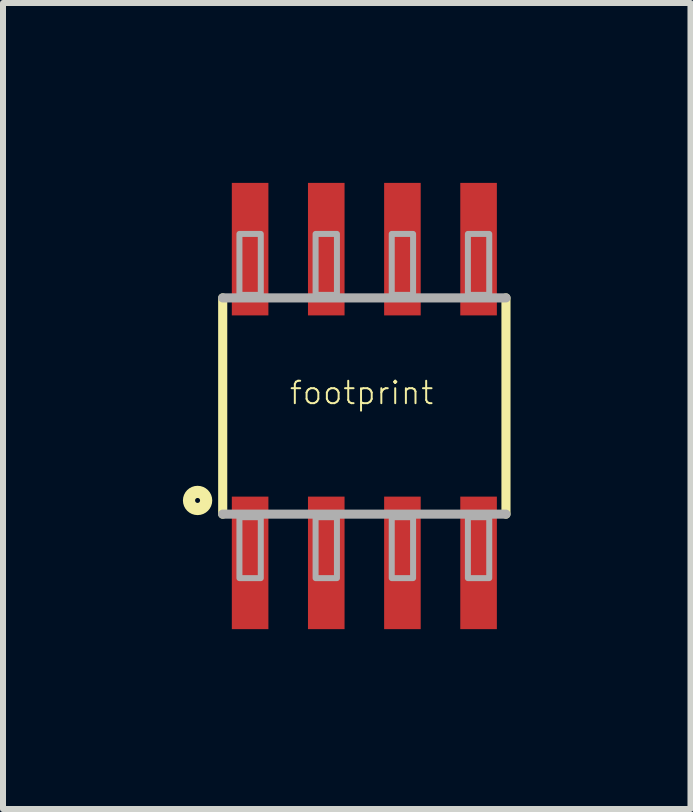
<source format=kicad_pcb>
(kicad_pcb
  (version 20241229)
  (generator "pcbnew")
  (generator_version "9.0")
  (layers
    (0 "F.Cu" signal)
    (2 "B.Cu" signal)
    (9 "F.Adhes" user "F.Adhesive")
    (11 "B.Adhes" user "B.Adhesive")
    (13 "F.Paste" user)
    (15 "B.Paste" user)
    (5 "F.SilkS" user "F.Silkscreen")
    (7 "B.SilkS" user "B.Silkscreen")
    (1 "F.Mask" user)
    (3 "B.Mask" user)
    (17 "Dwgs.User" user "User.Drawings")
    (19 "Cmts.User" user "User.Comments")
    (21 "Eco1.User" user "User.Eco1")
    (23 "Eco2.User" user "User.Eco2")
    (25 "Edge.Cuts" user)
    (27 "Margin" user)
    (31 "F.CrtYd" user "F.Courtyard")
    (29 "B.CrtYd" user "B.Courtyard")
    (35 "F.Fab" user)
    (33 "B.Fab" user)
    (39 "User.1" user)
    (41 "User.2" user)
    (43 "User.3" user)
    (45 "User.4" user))
  (footprint "footprint"
    (layer "F.Cu")
    (at 3.026 3.721)
    (property "Reference" "footprint" (at -1.27 0 0) (layer "F.SilkS") (effects (font (size 0.374 0.374) (thickness 0.033)) (justify left bottom)))
    (fp_line (start -2.362 -1.803) (end -2.362 1.803) (stroke (width 0.152) (type solid)) (layer "F.SilkS"))
    (fp_line (start 2.362 1.803) (end 2.362 -1.803) (stroke (width 0.152) (type solid)) (layer "F.SilkS"))
    (fp_circle (center -2.781 1.575) (end -2.638 1.575) (stroke (width 0.203) (type solid)) (fill no) (layer "F.SilkS"))
    (fp_line (start -2.362 1.803) (end 2.362 1.803) (stroke (width 0.152) (type solid)) (layer "F.Fab"))
    (fp_line (start 2.362 -1.803) (end -2.362 -1.803) (stroke (width 0.152) (type solid)) (layer "F.Fab"))
    (fp_poly (pts (xy -2.083 -1.854) (xy -1.727 -1.854) (xy -1.727 -2.87) (xy -2.083 -2.87)) (stroke (width 0.1) (type solid)) (fill no) (layer "F.Fab"))
    (fp_poly (pts (xy -2.083 2.87) (xy -1.727 2.87) (xy -1.727 1.854) (xy -2.083 1.854)) (stroke (width 0.1) (type solid)) (fill no) (layer "F.Fab"))
    (fp_poly (pts (xy -0.813 -1.854) (xy -0.457 -1.854) (xy -0.457 -2.87) (xy -0.813 -2.87)) (stroke (width 0.1) (type solid)) (fill no) (layer "F.Fab"))
    (fp_poly (pts (xy -0.813 2.87) (xy -0.457 2.87) (xy -0.457 1.854) (xy -0.813 1.854)) (stroke (width 0.1) (type solid)) (fill no) (layer "F.Fab"))
    (fp_poly (pts (xy 0.457 -1.854) (xy 0.813 -1.854) (xy 0.813 -2.87) (xy 0.457 -2.87)) (stroke (width 0.1) (type solid)) (fill no) (layer "F.Fab"))
    (fp_poly (pts (xy 0.457 2.87) (xy 0.813 2.87) (xy 0.813 1.854) (xy 0.457 1.854)) (stroke (width 0.1) (type solid)) (fill no) (layer "F.Fab"))
    (fp_poly (pts (xy 1.727 -1.854) (xy 2.083 -1.854) (xy 2.083 -2.87) (xy 1.727 -2.87)) (stroke (width 0.1) (type solid)) (fill no) (layer "F.Fab"))
    (fp_poly (pts (xy 1.727 2.87) (xy 2.083 2.87) (xy 2.083 1.854) (xy 1.727 1.854)) (stroke (width 0.1) (type solid)) (fill no) (layer "F.Fab"))
    (pad "1" smd rect (at -1.905 2.616) (size 0.61 2.21) (layers "F.Cu" "F.Mask" "F.Paste"))
    (pad "2" smd rect (at -0.635 2.616) (size 0.61 2.21) (layers "F.Cu" "F.Mask" "F.Paste"))
    (pad "3" smd rect (at 0.635 2.616) (size 0.61 2.21) (layers "F.Cu" "F.Mask" "F.Paste"))
    (pad "4" smd rect (at 1.905 2.616) (size 0.61 2.21) (layers "F.Cu" "F.Mask" "F.Paste"))
    (pad "5" smd rect (at 1.905 -2.616) (size 0.61 2.21) (layers "F.Cu" "F.Mask" "F.Paste"))
    (pad "6" smd rect (at 0.635 -2.616) (size 0.61 2.21) (layers "F.Cu" "F.Mask" "F.Paste"))
    (pad "7" smd rect (at -0.635 -2.616) (size 0.61 2.21) (layers "F.Cu" "F.Mask" "F.Paste"))
    (pad "8" smd rect (at -1.905 -2.616) (size 0.61 2.21) (layers "F.Cu" "F.Mask" "F.Paste")))
  (gr_rect
    (start -3 -3)
    (end 8.465 10.442)
    (stroke (width 0.1) (type default))
    (fill no)
    (layer "Edge.Cuts")))
</source>
